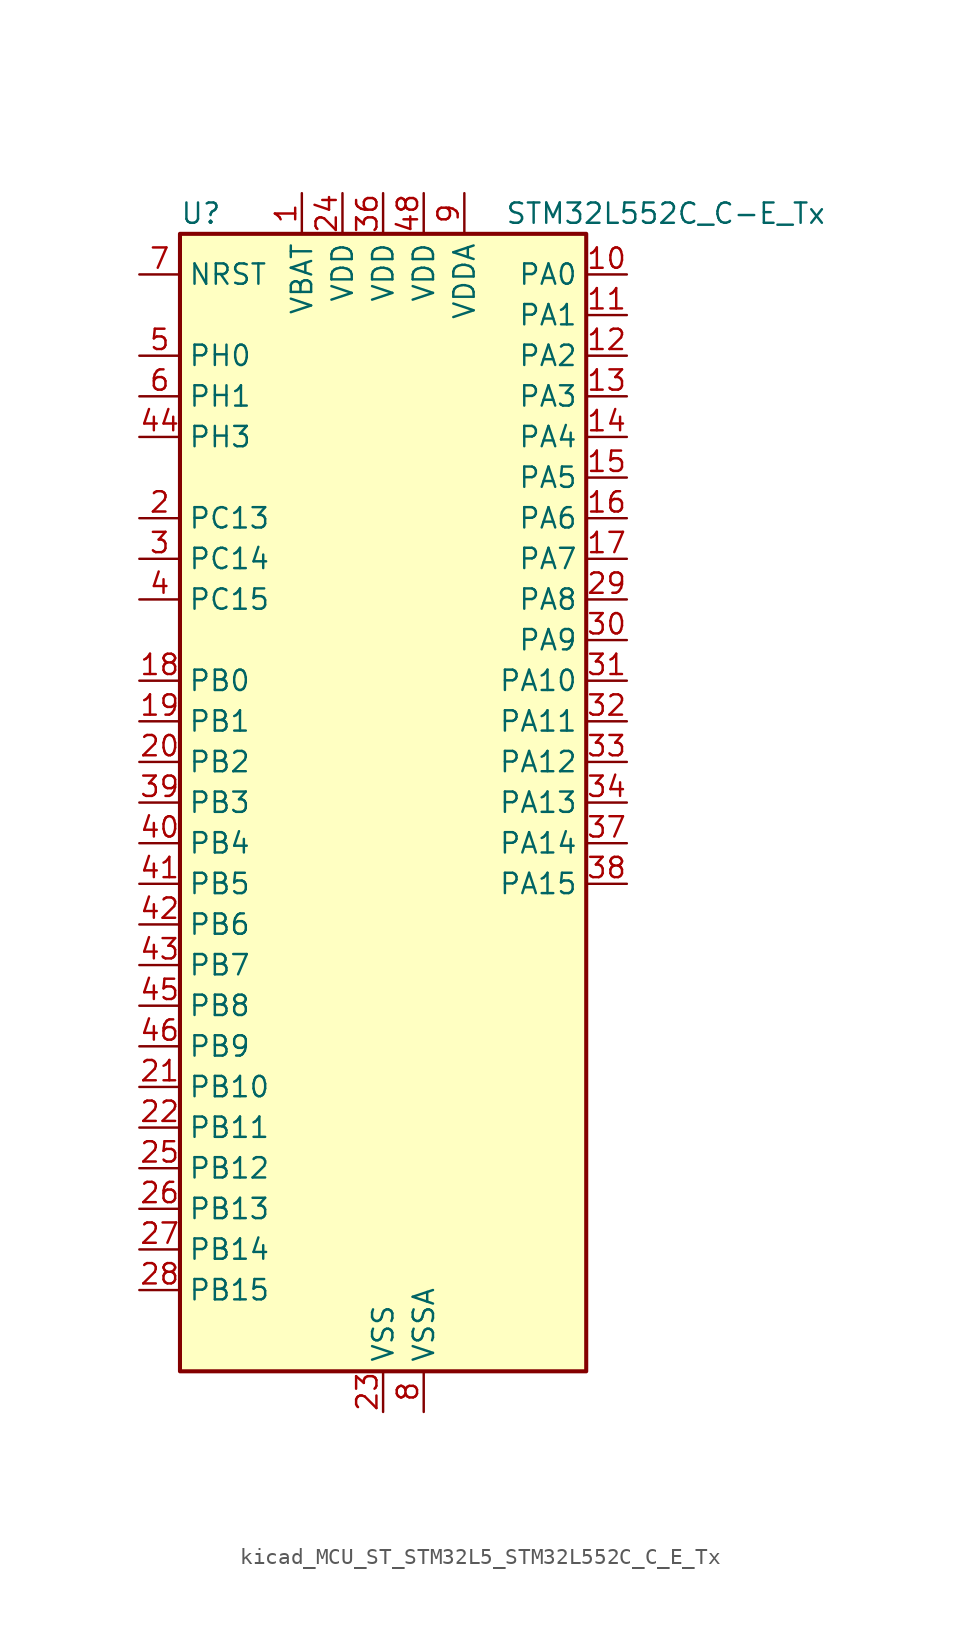
<source format=kicad_sym>
(kicad_symbol_lib
  (version 20220914)
  (generator kicad_symbol_editor)
  (symbol "kicad_MCU_ST_STM32L5_STM32L552C_C_E_Tx"
    (property "Reference" "U"
      (at -12.7 36.83 0)
      (effects (font (size 1.27 1.27)) (justify left)))
    (property "Value" "STM32L552C_C-E_Tx"
      (at 7.62 36.83 0)
      (effects (font (size 1.27 1.27)) (justify left)))
    (property "ki_locked" ""
      (at 0 0 0)
      (effects (font (size 1.27 1.27))))
    (symbol "kicad_MCU_ST_STM32L5_STM32L552C_C_E_Tx_0_1"
      (rectangle (start -12.7 -35.56) (end 12.7 35.56) (stroke (width 0.254) (type default)) (fill (type background))))
    (symbol "kicad_MCU_ST_STM32L5_STM32L552C_C_E_Tx_1_1"
      (pin power_in line (at -5.08 38.1 270) (length 2.54) (name "VBAT" (effects (font (size 1.27 1.27)))) (number "1" (effects (font (size 1.27 1.27)))))
      (pin bidirectional line (at 15.24 33.02 180) (length 2.54) (name "PA0" (effects (font (size 1.27 1.27)))) (number "10" (effects (font (size 1.27 1.27)))) (alternate "ADC1_IN5" bidirectional line) (alternate "ADC2_IN5" bidirectional line) (alternate "OPAMP1_VINP" bidirectional line) (alternate "PWR_WKUP1" bidirectional line) (alternate "SAI1_EXTCLK" bidirectional line) (alternate "TAMP_IN2" bidirectional line) (alternate "TAMP_OUT1" bidirectional line) (alternate "TIM2_CH1" bidirectional line) (alternate "TIM2_ETR" bidirectional line) (alternate "TIM5_CH1" bidirectional line) (alternate "TIM8_ETR" bidirectional line) (alternate "UART4_TX" bidirectional line) (alternate "USART2_CTS" bidirectional line) (alternate "USART2_NSS" bidirectional line))
      (pin bidirectional line (at 15.24 30.48 180) (length 2.54) (name "PA1" (effects (font (size 1.27 1.27)))) (number "11" (effects (font (size 1.27 1.27)))) (alternate "ADC1_IN6" bidirectional line) (alternate "ADC2_IN6" bidirectional line) (alternate "I2C1_SMBA" bidirectional line) (alternate "OCTOSPI1_DQS" bidirectional line) (alternate "OPAMP1_VINM" bidirectional line) (alternate "SPI1_SCK" bidirectional line) (alternate "TAMP_IN5" bidirectional line) (alternate "TAMP_OUT4" bidirectional line) (alternate "TIM15_CH1N" bidirectional line) (alternate "TIM2_CH2" bidirectional line) (alternate "TIM5_CH2" bidirectional line) (alternate "UART4_RX" bidirectional line) (alternate "USART2_DE" bidirectional line) (alternate "USART2_RTS" bidirectional line))
      (pin bidirectional line (at 15.24 27.94 180) (length 2.54) (name "PA2" (effects (font (size 1.27 1.27)))) (number "12" (effects (font (size 1.27 1.27)))) (alternate "ADC1_IN7" bidirectional line) (alternate "ADC2_IN7" bidirectional line) (alternate "COMP1_INP" bidirectional line) (alternate "LPUART1_TX" bidirectional line) (alternate "OCTOSPI1_NCS" bidirectional line) (alternate "PWR_WKUP4" bidirectional line) (alternate "RCC_LSCO" bidirectional line) (alternate "SAI2_EXTCLK" bidirectional line) (alternate "TIM15_CH1" bidirectional line) (alternate "TIM2_CH3" bidirectional line) (alternate "TIM5_CH3" bidirectional line) (alternate "UCPD1_FRSTX1" bidirectional line) (alternate "USART2_TX" bidirectional line))
      (pin bidirectional line (at 15.24 25.4 180) (length 2.54) (name "PA3" (effects (font (size 1.27 1.27)))) (number "13" (effects (font (size 1.27 1.27)))) (alternate "ADC1_IN8" bidirectional line) (alternate "ADC2_IN8" bidirectional line) (alternate "LPUART1_RX" bidirectional line) (alternate "OCTOSPI1_CLK" bidirectional line) (alternate "OPAMP1_VOUT" bidirectional line) (alternate "SAI1_CK1" bidirectional line) (alternate "SAI1_MCLK_A" bidirectional line) (alternate "TIM15_CH2" bidirectional line) (alternate "TIM2_CH4" bidirectional line) (alternate "TIM5_CH4" bidirectional line) (alternate "USART2_RX" bidirectional line))
      (pin bidirectional line (at 15.24 22.86 180) (length 2.54) (name "PA4" (effects (font (size 1.27 1.27)))) (number "14" (effects (font (size 1.27 1.27)))) (alternate "ADC1_IN9" bidirectional line) (alternate "ADC2_IN9" bidirectional line) (alternate "DAC1_OUT1" bidirectional line) (alternate "LPTIM2_OUT" bidirectional line) (alternate "OCTOSPI1_NCS" bidirectional line) (alternate "SAI1_FS_B" bidirectional line) (alternate "SPI1_NSS" bidirectional line) (alternate "SPI3_NSS" bidirectional line) (alternate "USART2_CK" bidirectional line))
      (pin bidirectional line (at 15.24 20.32 180) (length 2.54) (name "PA5" (effects (font (size 1.27 1.27)))) (number "15" (effects (font (size 1.27 1.27)))) (alternate "ADC1_IN10" bidirectional line) (alternate "ADC2_IN10" bidirectional line) (alternate "DAC1_OUT2" bidirectional line) (alternate "LPTIM2_ETR" bidirectional line) (alternate "SPI1_SCK" bidirectional line) (alternate "TIM2_CH1" bidirectional line) (alternate "TIM2_ETR" bidirectional line) (alternate "TIM8_CH1N" bidirectional line))
      (pin bidirectional line (at 15.24 17.78 180) (length 2.54) (name "PA6" (effects (font (size 1.27 1.27)))) (number "16" (effects (font (size 1.27 1.27)))) (alternate "ADC1_IN11" bidirectional line) (alternate "ADC2_IN11" bidirectional line) (alternate "LPUART1_CTS" bidirectional line) (alternate "OCTOSPI1_IO3" bidirectional line) (alternate "OPAMP2_VINP" bidirectional line) (alternate "SPI1_MISO" bidirectional line) (alternate "TIM16_CH1" bidirectional line) (alternate "TIM1_BKIN" bidirectional line) (alternate "TIM3_CH1" bidirectional line) (alternate "TIM8_BKIN" bidirectional line) (alternate "USART3_CTS" bidirectional line) (alternate "USART3_NSS" bidirectional line))
      (pin bidirectional line (at 15.24 15.24 180) (length 2.54) (name "PA7" (effects (font (size 1.27 1.27)))) (number "17" (effects (font (size 1.27 1.27)))) (alternate "ADC1_IN12" bidirectional line) (alternate "ADC2_IN12" bidirectional line) (alternate "I2C3_SCL" bidirectional line) (alternate "OCTOSPI1_IO2" bidirectional line) (alternate "OPAMP2_VINM" bidirectional line) (alternate "SPI1_MOSI" bidirectional line) (alternate "TIM17_CH1" bidirectional line) (alternate "TIM1_CH1N" bidirectional line) (alternate "TIM3_CH2" bidirectional line) (alternate "TIM8_CH1N" bidirectional line))
      (pin bidirectional line (at -15.24 7.62 0) (length 2.54) (name "PB0" (effects (font (size 1.27 1.27)))) (number "18" (effects (font (size 1.27 1.27)))) (alternate "ADC1_IN15" bidirectional line) (alternate "ADC2_IN15" bidirectional line) (alternate "COMP1_OUT" bidirectional line) (alternate "OCTOSPI1_IO1" bidirectional line) (alternate "OPAMP2_VOUT" bidirectional line) (alternate "SAI1_EXTCLK" bidirectional line) (alternate "SPI1_NSS" bidirectional line) (alternate "TIM1_CH2N" bidirectional line) (alternate "TIM3_CH3" bidirectional line) (alternate "TIM8_CH2N" bidirectional line) (alternate "USART3_CK" bidirectional line))
      (pin bidirectional line (at -15.24 5.08 0) (length 2.54) (name "PB1" (effects (font (size 1.27 1.27)))) (number "19" (effects (font (size 1.27 1.27)))) (alternate "ADC1_IN16" bidirectional line) (alternate "ADC2_IN16" bidirectional line) (alternate "COMP1_INM" bidirectional line) (alternate "DFSDM1_DATIN0" bidirectional line) (alternate "LPTIM2_IN1" bidirectional line) (alternate "LPUART1_DE" bidirectional line) (alternate "LPUART1_RTS" bidirectional line) (alternate "OCTOSPI1_IO0" bidirectional line) (alternate "TIM1_CH3N" bidirectional line) (alternate "TIM3_CH4" bidirectional line) (alternate "TIM8_CH3N" bidirectional line) (alternate "USART3_DE" bidirectional line) (alternate "USART3_RTS" bidirectional line))
      (pin bidirectional line (at -15.24 17.78 0) (length 2.54) (name "PC13" (effects (font (size 1.27 1.27)))) (number "2" (effects (font (size 1.27 1.27)))) (alternate "PWR_WKUP2" bidirectional line) (alternate "RTC_OUT1" bidirectional line) (alternate "RTC_TS" bidirectional line) (alternate "TAMP_IN1" bidirectional line) (alternate "TAMP_OUT2" bidirectional line))
      (pin bidirectional line (at -15.24 2.54 0) (length 2.54) (name "PB2" (effects (font (size 1.27 1.27)))) (number "20" (effects (font (size 1.27 1.27)))) (alternate "COMP1_INP" bidirectional line) (alternate "DFSDM1_CKIN0" bidirectional line) (alternate "I2C3_SMBA" bidirectional line) (alternate "LPTIM1_OUT" bidirectional line) (alternate "OCTOSPI1_DQS" bidirectional line) (alternate "RTC_OUT2" bidirectional line) (alternate "UCPD1_FRSTX1" bidirectional line))
      (pin bidirectional line (at -15.24 -17.78 0) (length 2.54) (name "PB10" (effects (font (size 1.27 1.27)))) (number "21" (effects (font (size 1.27 1.27)))) (alternate "COMP1_OUT" bidirectional line) (alternate "I2C2_SCL" bidirectional line) (alternate "I2C4_SCL" bidirectional line) (alternate "LPTIM3_OUT" bidirectional line) (alternate "LPUART1_RX" bidirectional line) (alternate "OCTOSPI1_CLK" bidirectional line) (alternate "SAI1_SCK_A" bidirectional line) (alternate "SPI2_SCK" bidirectional line) (alternate "TIM2_CH3" bidirectional line) (alternate "TSC_SYNC" bidirectional line) (alternate "USART3_TX" bidirectional line))
      (pin bidirectional line (at -15.24 -20.32 0) (length 2.54) (name "PB11" (effects (font (size 1.27 1.27)))) (number "22" (effects (font (size 1.27 1.27)))) (alternate "ADC1_EXTI11" bidirectional line) (alternate "ADC2_EXTI11" bidirectional line) (alternate "COMP2_OUT" bidirectional line) (alternate "I2C2_SDA" bidirectional line) (alternate "I2C4_SDA" bidirectional line) (alternate "LPUART1_TX" bidirectional line) (alternate "OCTOSPI1_NCS" bidirectional line) (alternate "TIM2_CH4" bidirectional line) (alternate "USART3_RX" bidirectional line))
      (pin power_in line (at 0 -38.1 90) (length 2.54) (name "VSS" (effects (font (size 1.27 1.27)))) (number "23" (effects (font (size 1.27 1.27)))))
      (pin power_in line (at -2.54 38.1 270) (length 2.54) (name "VDD" (effects (font (size 1.27 1.27)))) (number "24" (effects (font (size 1.27 1.27)))))
      (pin bidirectional line (at -15.24 -22.86 0) (length 2.54) (name "PB12" (effects (font (size 1.27 1.27)))) (number "25" (effects (font (size 1.27 1.27)))) (alternate "DFSDM1_DATIN1" bidirectional line) (alternate "I2C2_SMBA" bidirectional line) (alternate "LPUART1_DE" bidirectional line) (alternate "LPUART1_RTS" bidirectional line) (alternate "OCTOSPI1_NCLK" bidirectional line) (alternate "SAI2_FS_A" bidirectional line) (alternate "SPI2_NSS" bidirectional line) (alternate "TIM15_BKIN" bidirectional line) (alternate "TIM1_BKIN" bidirectional line) (alternate "TSC_G1_IO1" bidirectional line) (alternate "USART3_CK" bidirectional line))
      (pin bidirectional line (at -15.24 -25.4 0) (length 2.54) (name "PB13" (effects (font (size 1.27 1.27)))) (number "26" (effects (font (size 1.27 1.27)))) (alternate "DFSDM1_CKIN1" bidirectional line) (alternate "I2C2_SCL" bidirectional line) (alternate "LPTIM3_IN1" bidirectional line) (alternate "LPUART1_CTS" bidirectional line) (alternate "SAI2_SCK_A" bidirectional line) (alternate "SPI2_SCK" bidirectional line) (alternate "TIM15_CH1N" bidirectional line) (alternate "TIM1_CH1N" bidirectional line) (alternate "TSC_G1_IO2" bidirectional line) (alternate "UCPD1_FRSTX2" bidirectional line) (alternate "USART3_CTS" bidirectional line) (alternate "USART3_NSS" bidirectional line))
      (pin bidirectional line (at -15.24 -27.94 0) (length 2.54) (name "PB14" (effects (font (size 1.27 1.27)))) (number "27" (effects (font (size 1.27 1.27)))) (alternate "DFSDM1_DATIN2" bidirectional line) (alternate "I2C2_SDA" bidirectional line) (alternate "LPTIM3_ETR" bidirectional line) (alternate "SAI2_MCLK_A" bidirectional line) (alternate "SPI2_MISO" bidirectional line) (alternate "TIM15_CH1" bidirectional line) (alternate "TIM1_CH2N" bidirectional line) (alternate "TIM8_CH2N" bidirectional line) (alternate "TSC_G1_IO3" bidirectional line) (alternate "UCPD1_DBCC2" bidirectional line) (alternate "USART3_DE" bidirectional line) (alternate "USART3_RTS" bidirectional line))
      (pin bidirectional line (at -15.24 -30.48 0) (length 2.54) (name "PB15" (effects (font (size 1.27 1.27)))) (number "28" (effects (font (size 1.27 1.27)))) (alternate "ADC1_EXTI15" bidirectional line) (alternate "ADC2_EXTI15" bidirectional line) (alternate "DFSDM1_CKIN2" bidirectional line) (alternate "RTC_REFIN" bidirectional line) (alternate "SAI2_SD_A" bidirectional line) (alternate "SPI2_MOSI" bidirectional line) (alternate "TIM15_CH2" bidirectional line) (alternate "TIM1_CH3N" bidirectional line) (alternate "TIM8_CH3N" bidirectional line) (alternate "UCPD1_CC2" bidirectional line))
      (pin bidirectional line (at 15.24 12.7 180) (length 2.54) (name "PA8" (effects (font (size 1.27 1.27)))) (number "29" (effects (font (size 1.27 1.27)))) (alternate "LPTIM2_OUT" bidirectional line) (alternate "RCC_MCO" bidirectional line) (alternate "SAI1_CK2" bidirectional line) (alternate "SAI1_SCK_A" bidirectional line) (alternate "TIM1_CH1" bidirectional line) (alternate "USART1_CK" bidirectional line))
      (pin bidirectional line (at -15.24 15.24 0) (length 2.54) (name "PC14" (effects (font (size 1.27 1.27)))) (number "3" (effects (font (size 1.27 1.27)))) (alternate "RCC_OSC32_IN" bidirectional line))
      (pin bidirectional line (at 15.24 10.16 180) (length 2.54) (name "PA9" (effects (font (size 1.27 1.27)))) (number "30" (effects (font (size 1.27 1.27)))) (alternate "DAC1_EXTI9" bidirectional line) (alternate "SAI1_FS_A" bidirectional line) (alternate "SPI2_SCK" bidirectional line) (alternate "TIM15_BKIN" bidirectional line) (alternate "TIM1_CH2" bidirectional line) (alternate "USART1_TX" bidirectional line))
      (pin bidirectional line (at 15.24 7.62 180) (length 2.54) (name "PA10" (effects (font (size 1.27 1.27)))) (number "31" (effects (font (size 1.27 1.27)))) (alternate "CRS_SYNC" bidirectional line) (alternate "SAI1_D1" bidirectional line) (alternate "SAI1_SD_A" bidirectional line) (alternate "TIM17_BKIN" bidirectional line) (alternate "TIM1_CH3" bidirectional line) (alternate "USART1_RX" bidirectional line))
      (pin bidirectional line (at 15.24 5.08 180) (length 2.54) (name "PA11" (effects (font (size 1.27 1.27)))) (number "32" (effects (font (size 1.27 1.27)))) (alternate "ADC1_EXTI11" bidirectional line) (alternate "ADC2_EXTI11" bidirectional line) (alternate "FDCAN1_RX" bidirectional line) (alternate "SPI1_MISO" bidirectional line) (alternate "TIM1_BKIN2" bidirectional line) (alternate "TIM1_CH4" bidirectional line) (alternate "USART1_CTS" bidirectional line) (alternate "USART1_NSS" bidirectional line) (alternate "USB_DM" bidirectional line))
      (pin bidirectional line (at 15.24 2.54 180) (length 2.54) (name "PA12" (effects (font (size 1.27 1.27)))) (number "33" (effects (font (size 1.27 1.27)))) (alternate "FDCAN1_TX" bidirectional line) (alternate "SPI1_MOSI" bidirectional line) (alternate "TIM1_ETR" bidirectional line) (alternate "USART1_DE" bidirectional line) (alternate "USART1_RTS" bidirectional line) (alternate "USB_DP" bidirectional line))
      (pin bidirectional line (at 15.24 0 180) (length 2.54) (name "PA13" (effects (font (size 1.27 1.27)))) (number "34" (effects (font (size 1.27 1.27)))) (alternate "DEBUG_JTMS-SWDIO" bidirectional line) (alternate "IR_OUT" bidirectional line) (alternate "SAI1_SD_B" bidirectional line) (alternate "USB_NOE" bidirectional line))
      (pin passive line (at 0 -38.1 90) (length 2.54) hide (name "VSS" (effects (font (size 1.27 1.27)))) (number "35" (effects (font (size 1.27 1.27)))))
      (pin power_in line (at 0 38.1 270) (length 2.54) (name "VDD" (effects (font (size 1.27 1.27)))) (number "36" (effects (font (size 1.27 1.27)))))
      (pin bidirectional line (at 15.24 -2.54 180) (length 2.54) (name "PA14" (effects (font (size 1.27 1.27)))) (number "37" (effects (font (size 1.27 1.27)))) (alternate "DEBUG_JTCK-SWCLK" bidirectional line) (alternate "I2C1_SMBA" bidirectional line) (alternate "I2C4_SMBA" bidirectional line) (alternate "LPTIM1_OUT" bidirectional line) (alternate "SAI1_FS_B" bidirectional line))
      (pin bidirectional line (at 15.24 -5.08 180) (length 2.54) (name "PA15" (effects (font (size 1.27 1.27)))) (number "38" (effects (font (size 1.27 1.27)))) (alternate "ADC1_EXTI15" bidirectional line) (alternate "ADC2_EXTI15" bidirectional line) (alternate "DEBUG_JTDI" bidirectional line) (alternate "SAI2_FS_B" bidirectional line) (alternate "SPI1_NSS" bidirectional line) (alternate "SPI3_NSS" bidirectional line) (alternate "TIM2_CH1" bidirectional line) (alternate "TIM2_ETR" bidirectional line) (alternate "UART4_DE" bidirectional line) (alternate "UART4_RTS" bidirectional line) (alternate "UCPD1_CC1" bidirectional line) (alternate "USART2_RX" bidirectional line) (alternate "USART3_DE" bidirectional line) (alternate "USART3_RTS" bidirectional line))
      (pin bidirectional line (at -15.24 0 0) (length 2.54) (name "PB3" (effects (font (size 1.27 1.27)))) (number "39" (effects (font (size 1.27 1.27)))) (alternate "COMP2_INM" bidirectional line) (alternate "CRS_SYNC" bidirectional line) (alternate "DEBUG_JTDO-SWO" bidirectional line) (alternate "SAI1_SCK_B" bidirectional line) (alternate "SPI1_SCK" bidirectional line) (alternate "SPI3_SCK" bidirectional line) (alternate "TIM2_CH2" bidirectional line) (alternate "USART1_DE" bidirectional line) (alternate "USART1_RTS" bidirectional line))
      (pin bidirectional line (at -15.24 12.7 0) (length 2.54) (name "PC15" (effects (font (size 1.27 1.27)))) (number "4" (effects (font (size 1.27 1.27)))) (alternate "ADC1_EXTI15" bidirectional line) (alternate "ADC2_EXTI15" bidirectional line) (alternate "RCC_OSC32_OUT" bidirectional line))
      (pin bidirectional line (at -15.24 -2.54 0) (length 2.54) (name "PB4" (effects (font (size 1.27 1.27)))) (number "40" (effects (font (size 1.27 1.27)))) (alternate "COMP2_INP" bidirectional line) (alternate "DEBUG_JTRST" bidirectional line) (alternate "I2C3_SDA" bidirectional line) (alternate "SAI1_MCLK_B" bidirectional line) (alternate "SPI1_MISO" bidirectional line) (alternate "SPI3_MISO" bidirectional line) (alternate "TIM17_BKIN" bidirectional line) (alternate "TIM3_CH1" bidirectional line) (alternate "TSC_G2_IO1" bidirectional line) (alternate "USART1_CTS" bidirectional line) (alternate "USART1_NSS" bidirectional line))
      (pin bidirectional line (at -15.24 -5.08 0) (length 2.54) (name "PB5" (effects (font (size 1.27 1.27)))) (number "41" (effects (font (size 1.27 1.27)))) (alternate "COMP2_OUT" bidirectional line) (alternate "I2C1_SMBA" bidirectional line) (alternate "LPTIM1_IN1" bidirectional line) (alternate "OCTOSPI1_NCLK" bidirectional line) (alternate "SAI1_SD_B" bidirectional line) (alternate "SPI1_MOSI" bidirectional line) (alternate "SPI3_MOSI" bidirectional line) (alternate "TIM16_BKIN" bidirectional line) (alternate "TIM3_CH2" bidirectional line) (alternate "TSC_G2_IO2" bidirectional line) (alternate "UCPD1_DBCC1" bidirectional line) (alternate "USART1_CK" bidirectional line))
      (pin bidirectional line (at -15.24 -7.62 0) (length 2.54) (name "PB6" (effects (font (size 1.27 1.27)))) (number "42" (effects (font (size 1.27 1.27)))) (alternate "COMP2_INP" bidirectional line) (alternate "I2C1_SCL" bidirectional line) (alternate "I2C4_SCL" bidirectional line) (alternate "LPTIM1_ETR" bidirectional line) (alternate "SAI1_FS_B" bidirectional line) (alternate "TIM16_CH1N" bidirectional line) (alternate "TIM4_CH1" bidirectional line) (alternate "TIM8_BKIN2" bidirectional line) (alternate "TSC_G2_IO3" bidirectional line) (alternate "USART1_TX" bidirectional line))
      (pin bidirectional line (at -15.24 -10.16 0) (length 2.54) (name "PB7" (effects (font (size 1.27 1.27)))) (number "43" (effects (font (size 1.27 1.27)))) (alternate "COMP2_INM" bidirectional line) (alternate "I2C1_SDA" bidirectional line) (alternate "I2C4_SDA" bidirectional line) (alternate "LPTIM1_IN2" bidirectional line) (alternate "PWR_PVD_IN" bidirectional line) (alternate "TIM17_CH1N" bidirectional line) (alternate "TIM4_CH2" bidirectional line) (alternate "TIM8_BKIN" bidirectional line) (alternate "TSC_G2_IO4" bidirectional line) (alternate "UART4_CTS" bidirectional line) (alternate "USART1_RX" bidirectional line))
      (pin bidirectional line (at -15.24 22.86 0) (length 2.54) (name "PH3" (effects (font (size 1.27 1.27)))) (number "44" (effects (font (size 1.27 1.27)))))
      (pin bidirectional line (at -15.24 -12.7 0) (length 2.54) (name "PB8" (effects (font (size 1.27 1.27)))) (number "45" (effects (font (size 1.27 1.27)))) (alternate "DFSDM1_CKOUT" bidirectional line) (alternate "FDCAN1_RX" bidirectional line) (alternate "I2C1_SCL" bidirectional line) (alternate "SAI1_CK1" bidirectional line) (alternate "SAI1_MCLK_A" bidirectional line) (alternate "TIM16_CH1" bidirectional line) (alternate "TIM4_CH3" bidirectional line))
      (pin bidirectional line (at -15.24 -15.24 0) (length 2.54) (name "PB9" (effects (font (size 1.27 1.27)))) (number "46" (effects (font (size 1.27 1.27)))) (alternate "DAC1_EXTI9" bidirectional line) (alternate "FDCAN1_TX" bidirectional line) (alternate "I2C1_SDA" bidirectional line) (alternate "IR_OUT" bidirectional line) (alternate "SAI1_D2" bidirectional line) (alternate "SAI1_FS_A" bidirectional line) (alternate "SPI2_NSS" bidirectional line) (alternate "TIM17_CH1" bidirectional line) (alternate "TIM4_CH4" bidirectional line))
      (pin passive line (at 0 -38.1 90) (length 2.54) hide (name "VSS" (effects (font (size 1.27 1.27)))) (number "47" (effects (font (size 1.27 1.27)))))
      (pin power_in line (at 2.54 38.1 270) (length 2.54) (name "VDD" (effects (font (size 1.27 1.27)))) (number "48" (effects (font (size 1.27 1.27)))))
      (pin bidirectional line (at -15.24 27.94 0) (length 2.54) (name "PH0" (effects (font (size 1.27 1.27)))) (number "5" (effects (font (size 1.27 1.27)))) (alternate "RCC_OSC_IN" bidirectional line))
      (pin bidirectional line (at -15.24 25.4 0) (length 2.54) (name "PH1" (effects (font (size 1.27 1.27)))) (number "6" (effects (font (size 1.27 1.27)))) (alternate "RCC_OSC_OUT" bidirectional line))
      (pin input line (at -15.24 33.02 0) (length 2.54) (name "NRST" (effects (font (size 1.27 1.27)))) (number "7" (effects (font (size 1.27 1.27)))))
      (pin power_in line (at 2.54 -38.1 90) (length 2.54) (name "VSSA" (effects (font (size 1.27 1.27)))) (number "8" (effects (font (size 1.27 1.27)))))
      (pin power_in line (at 5.08 38.1 270) (length 2.54) (name "VDDA" (effects (font (size 1.27 1.27)))) (number "9" (effects (font (size 1.27 1.27))))))))
</source>
